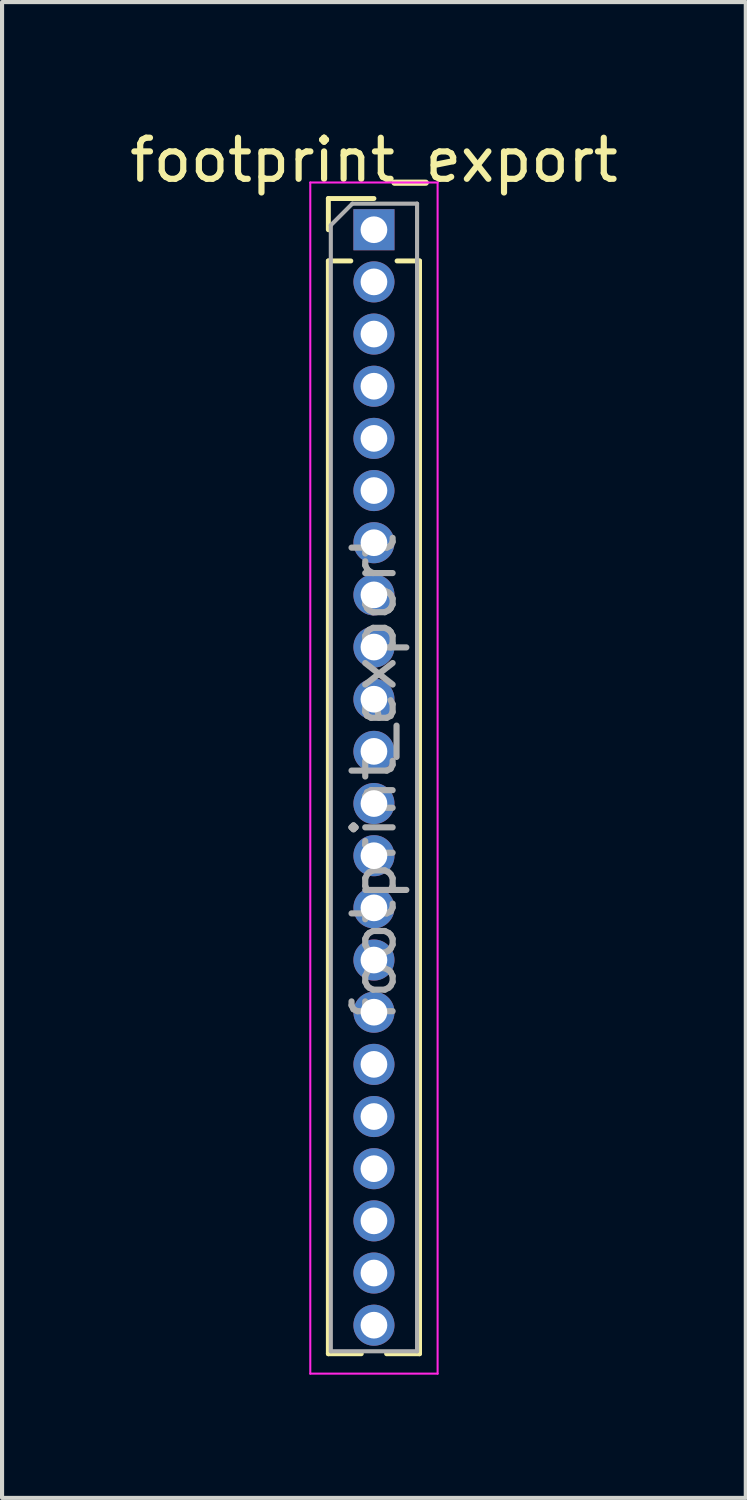
<source format=kicad_pcb>
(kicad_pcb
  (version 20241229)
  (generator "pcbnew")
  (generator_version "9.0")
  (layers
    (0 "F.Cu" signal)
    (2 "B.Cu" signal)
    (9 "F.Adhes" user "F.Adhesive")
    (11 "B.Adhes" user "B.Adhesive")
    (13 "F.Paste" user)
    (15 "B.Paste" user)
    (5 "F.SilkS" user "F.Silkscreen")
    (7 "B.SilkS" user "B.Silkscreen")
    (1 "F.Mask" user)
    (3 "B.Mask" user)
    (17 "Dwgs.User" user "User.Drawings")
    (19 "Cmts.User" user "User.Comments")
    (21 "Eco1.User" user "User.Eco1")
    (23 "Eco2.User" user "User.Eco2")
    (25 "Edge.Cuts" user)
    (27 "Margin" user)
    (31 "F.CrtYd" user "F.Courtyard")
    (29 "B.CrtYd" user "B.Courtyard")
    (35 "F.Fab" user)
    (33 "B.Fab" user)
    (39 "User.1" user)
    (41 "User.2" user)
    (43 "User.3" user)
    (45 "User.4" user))
  (footprint "footprint_export"
    (layer "F.Cu")
    (at 6.054 2.543)
    (property "Reference" "footprint_export" (at 0 -1.695 0) (layer "F.SilkS") (effects (font (size 1 1) (thickness 0.15))))
    (attr through_hole)
    (fp_line (start -1.11 -0.76) (end 0 -0.76) (stroke (width 0.12) (type solid)) (layer "F.SilkS"))
    (fp_line (start -1.11 0) (end -1.11 -0.76) (stroke (width 0.12) (type solid)) (layer "F.SilkS"))
    (fp_line (start -1.11 0.76) (end -1.11 27.365) (stroke (width 0.12) (type solid)) (layer "F.SilkS"))
    (fp_line (start -1.11 0.76) (end -0.563 0.76) (stroke (width 0.12) (type solid)) (layer "F.SilkS"))
    (fp_line (start -1.11 27.365) (end -0.308 27.365) (stroke (width 0.12) (type solid)) (layer "F.SilkS"))
    (fp_line (start 0.308 27.365) (end 1.11 27.365) (stroke (width 0.12) (type solid)) (layer "F.SilkS"))
    (fp_line (start 0.563 0.76) (end 1.11 0.76) (stroke (width 0.12) (type solid)) (layer "F.SilkS"))
    (fp_line (start 1.11 0.76) (end 1.11 27.365) (stroke (width 0.12) (type solid)) (layer "F.SilkS"))
    (fp_line (start -1.55 -1.15) (end -1.55 27.85) (stroke (width 0.05) (type solid)) (layer "F.CrtYd"))
    (fp_line (start -1.55 27.85) (end 1.55 27.85) (stroke (width 0.05) (type solid)) (layer "F.CrtYd"))
    (fp_line (start 1.55 -1.15) (end -1.55 -1.15) (stroke (width 0.05) (type solid)) (layer "F.CrtYd"))
    (fp_line (start 1.55 27.85) (end 1.55 -1.15) (stroke (width 0.05) (type solid)) (layer "F.CrtYd"))
    (fp_line (start -1.05 -0.11) (end -0.525 -0.635) (stroke (width 0.1) (type solid)) (layer "F.Fab"))
    (fp_line (start -1.05 27.305) (end -1.05 -0.11) (stroke (width 0.1) (type solid)) (layer "F.Fab"))
    (fp_line (start -0.525 -0.635) (end 1.05 -0.635) (stroke (width 0.1) (type solid)) (layer "F.Fab"))
    (fp_line (start 1.05 -0.635) (end 1.05 27.305) (stroke (width 0.1) (type solid)) (layer "F.Fab"))
    (fp_line (start 1.05 27.305) (end -1.05 27.305) (stroke (width 0.1) (type solid)) (layer "F.Fab"))
    (fp_text user "${REFERENCE}" (at 0 13.335 90) (layer "F.Fab") (effects (font (size 1 1) (thickness 0.15))))
    (pad "1" thru_hole rect (at 0 0) (size 1 1) (drill 0.65) (layers "*.Cu" "*.Mask"))
    (pad "2" thru_hole oval (at 0 1.27) (size 1 1) (drill 0.65) (layers "*.Cu" "*.Mask"))
    (pad "3" thru_hole oval (at 0 2.54) (size 1 1) (drill 0.65) (layers "*.Cu" "*.Mask"))
    (pad "4" thru_hole oval (at 0 3.81) (size 1 1) (drill 0.65) (layers "*.Cu" "*.Mask"))
    (pad "5" thru_hole oval (at 0 5.08) (size 1 1) (drill 0.65) (layers "*.Cu" "*.Mask"))
    (pad "6" thru_hole oval (at 0 6.35) (size 1 1) (drill 0.65) (layers "*.Cu" "*.Mask"))
    (pad "7" thru_hole oval (at 0 7.62) (size 1 1) (drill 0.65) (layers "*.Cu" "*.Mask"))
    (pad "8" thru_hole oval (at 0 8.89) (size 1 1) (drill 0.65) (layers "*.Cu" "*.Mask"))
    (pad "9" thru_hole oval (at 0 10.16) (size 1 1) (drill 0.65) (layers "*.Cu" "*.Mask"))
    (pad "10" thru_hole oval (at 0 11.43) (size 1 1) (drill 0.65) (layers "*.Cu" "*.Mask"))
    (pad "11" thru_hole oval (at 0 12.7) (size 1 1) (drill 0.65) (layers "*.Cu" "*.Mask"))
    (pad "12" thru_hole oval (at 0 13.97) (size 1 1) (drill 0.65) (layers "*.Cu" "*.Mask"))
    (pad "13" thru_hole oval (at 0 15.24) (size 1 1) (drill 0.65) (layers "*.Cu" "*.Mask"))
    (pad "14" thru_hole oval (at 0 16.51) (size 1 1) (drill 0.65) (layers "*.Cu" "*.Mask"))
    (pad "15" thru_hole oval (at 0 17.78) (size 1 1) (drill 0.65) (layers "*.Cu" "*.Mask"))
    (pad "16" thru_hole oval (at 0 19.05) (size 1 1) (drill 0.65) (layers "*.Cu" "*.Mask"))
    (pad "17" thru_hole oval (at 0 20.32) (size 1 1) (drill 0.65) (layers "*.Cu" "*.Mask"))
    (pad "18" thru_hole oval (at 0 21.59) (size 1 1) (drill 0.65) (layers "*.Cu" "*.Mask"))
    (pad "19" thru_hole oval (at 0 22.86) (size 1 1) (drill 0.65) (layers "*.Cu" "*.Mask"))
    (pad "20" thru_hole oval (at 0 24.13) (size 1 1) (drill 0.65) (layers "*.Cu" "*.Mask"))
    (pad "21" thru_hole oval (at 0 25.4) (size 1 1) (drill 0.65) (layers "*.Cu" "*.Mask"))
    (pad "22" thru_hole oval (at 0 26.67) (size 1 1) (drill 0.65) (layers "*.Cu" "*.Mask")))
  (gr_rect
    (start -3 -3)
    (end 15.107 33.418)
    (stroke (width 0.1) (type default))
    (fill no)
    (layer "Edge.Cuts")))
</source>
